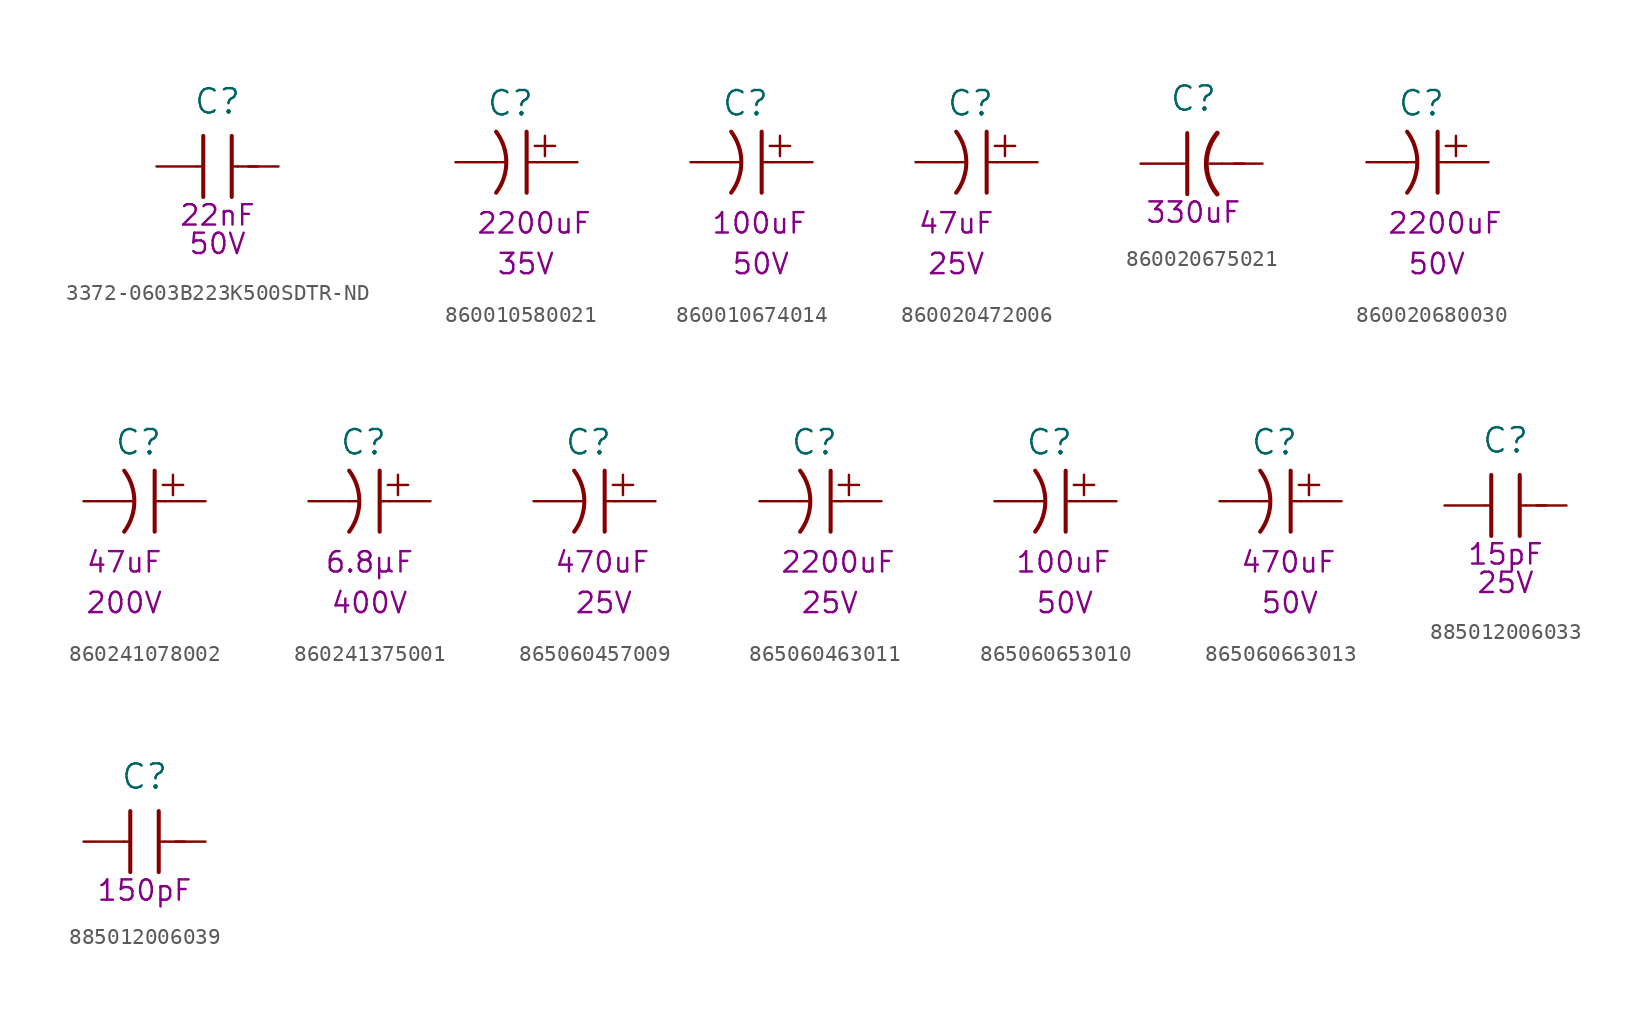
<source format=kicad_sym>
(kicad_symbol_lib
  (version 20231120)
  (generator "kicad_symbol_editor")
  (generator_version "8.0")
  (symbol "3372-0603B223K500SDTR-ND"
    (pin_numbers hide)
    (pin_names
      (offset 0) hide)
    (property "Reference" "C"
      (at -1.27 4.064 0)
      (effects (font (size 1.524 1.524))))
    (property "Capacitance (Farad)" "22nF"
      (at -1.27 -3.048 0)
      (effects (font (size 1.27 1.27))))
    (property "Voltage Rated (Volt)" "50V"
      (at -1.27 -4.826 0)
      (effects (font (size 1.27 1.27))))
    (symbol "3372-0603B223K500SDTR-ND_0_1"
      (polyline (pts (xy -2.54 0) (xy -2.286 0)) (stroke (width 0) (type default)) (fill (type none)))
      (polyline (pts (xy -2.159 1.905) (xy -2.159 -1.905)) (stroke (width 0.254) (type default)) (fill (type none)))
      (polyline (pts (xy -0.381 1.905) (xy -0.381 -1.905)) (stroke (width 0.254) (type default)) (fill (type none)))
      (polyline (pts (xy 0 0) (xy -0.254 0)) (stroke (width 0) (type default)) (fill (type none)))
      (polyline (pts (xy 0.635 0) (xy 1.27 0)) (stroke (width 0) (type default)) (fill (type none))))
    (symbol "3372-0603B223K500SDTR-ND_1_1"
      (pin passive line (at -5.08 0 0) (length 2.54) (name "1" (effects (font (size 1.27 1.27)))) (number "1" (effects (font (size 1.27 1.27)))))
      (pin passive line (at 2.54 0 180) (length 2.54) (name "2" (effects (font (size 1.27 1.27)))) (number "2" (effects (font (size 1.27 1.27)))))))
  (symbol "860010580021"
    (pin_numbers hide)
    (pin_names
      (offset 0) hide)
    (property "Reference" "C"
      (at -0.381 3.683 0)
      (effects (font (size 1.524 1.524))))
    (property "Voltage Rated (Volt)" "35V"
      (at -1.27 -6.35 0)
      (effects (font (size 1.27 1.27)) (justify left)))
    (property "Capacitance (Farad)" "2200uF"
      (at -2.54 -3.81 0)
      (effects (font (size 1.27 1.27)) (justify left)))
    (symbol "860010580021_0_1"
      (arc (start -1.27 -1.905) (mid -0.635 0) (end -1.27 1.905) (stroke (width 0.254) (type default)) (fill (type none)))
      (polyline (pts (xy -1.27 0) (xy -0.635 0)) (stroke (width 0) (type default)) (fill (type none)))
      (polyline (pts (xy 0.635 1.905) (xy 0.635 -1.905)) (stroke (width 0.254) (type default)) (fill (type none)))
      (polyline (pts (xy 1.143 1.016) (xy 2.413 1.016)) (stroke (width 0) (type default)) (fill (type none)))
      (polyline (pts (xy 1.27 0) (xy 0.635 0)) (stroke (width 0) (type default)) (fill (type none)))
      (polyline (pts (xy 1.778 0.381) (xy 1.778 1.651)) (stroke (width 0) (type default)) (fill (type none))))
    (symbol "860010580021_1_1"
      (pin passive line (at 3.81 0 180) (length 2.54) (name "Positif" (effects (font (size 1.27 1.27)))) (number "1" (effects (font (size 1.27 1.27)))))
      (pin passive line (at -3.81 0 0) (length 2.54) (name "Negatif" (effects (font (size 1.27 1.27)))) (number "2" (effects (font (size 1.27 1.27)))))))
  (symbol "860010674014"
    (pin_numbers hide)
    (pin_names
      (offset 0) hide)
    (property "Reference" "C"
      (at -0.381 3.683 0)
      (effects (font (size 1.524 1.524))))
    (property "Voltage Rated (Volt)" "50V"
      (at -1.27 -6.35 0)
      (effects (font (size 1.27 1.27)) (justify left)))
    (property "Capacitance (Farad)" "100uF"
      (at -2.54 -3.81 0)
      (effects (font (size 1.27 1.27)) (justify left)))
    (symbol "860010674014_0_1"
      (arc (start -1.27 -1.905) (mid -0.635 0) (end -1.27 1.905) (stroke (width 0.254) (type default)) (fill (type none)))
      (polyline (pts (xy -1.27 0) (xy -0.635 0)) (stroke (width 0) (type default)) (fill (type none)))
      (polyline (pts (xy 0.635 1.905) (xy 0.635 -1.905)) (stroke (width 0.254) (type default)) (fill (type none)))
      (polyline (pts (xy 1.143 1.016) (xy 2.413 1.016)) (stroke (width 0) (type default)) (fill (type none)))
      (polyline (pts (xy 1.27 0) (xy 0.635 0)) (stroke (width 0) (type default)) (fill (type none)))
      (polyline (pts (xy 1.778 0.381) (xy 1.778 1.651)) (stroke (width 0) (type default)) (fill (type none))))
    (symbol "860010674014_1_1"
      (pin passive line (at 3.81 0 180) (length 2.54) (name "Positif" (effects (font (size 1.27 1.27)))) (number "1" (effects (font (size 1.27 1.27)))))
      (pin passive line (at -3.81 0 0) (length 2.54) (name "Negatif" (effects (font (size 1.27 1.27)))) (number "2" (effects (font (size 1.27 1.27)))))))
  (symbol "860020472006"
    (pin_numbers hide)
    (pin_names
      (offset 0) hide)
    (property "Reference" "C"
      (at 0.889 3.683 0)
      (effects (font (size 1.524 1.524))))
    (property "Capacitance (Farad)" "47uF"
      (at 0 -3.81 0)
      (effects (font (size 1.27 1.27))))
    (property "Voltage Rated (Volt)" "25V"
      (at 0 -6.35 0)
      (effects (font (size 1.27 1.27))))
    (symbol "860020472006_0_1"
      (arc (start 0 -1.905) (mid 0.635 0) (end 0 1.905) (stroke (width 0.254) (type default)) (fill (type none)))
      (polyline (pts (xy 0 0) (xy 0.635 0)) (stroke (width 0) (type default)) (fill (type none)))
      (polyline (pts (xy 1.905 1.905) (xy 1.905 -1.905)) (stroke (width 0.254) (type default)) (fill (type none)))
      (polyline (pts (xy 2.413 1.016) (xy 3.683 1.016)) (stroke (width 0) (type default)) (fill (type none)))
      (polyline (pts (xy 2.54 0) (xy 1.905 0)) (stroke (width 0) (type default)) (fill (type none)))
      (polyline (pts (xy 3.048 0.381) (xy 3.048 1.651)) (stroke (width 0) (type default)) (fill (type none))))
    (symbol "860020472006_1_1"
      (pin passive line (at 5.08 0 180) (length 2.54) (name "Positif" (effects (font (size 1.27 1.27)))) (number "1" (effects (font (size 1.27 1.27)))))
      (pin passive line (at -2.54 0 0) (length 2.54) (name "Negatif" (effects (font (size 1.27 1.27)))) (number "2" (effects (font (size 1.27 1.27)))))))
  (symbol "860020675021"
    (pin_numbers hide)
    (pin_names
      (offset 0) hide)
    (property "Reference" "C"
      (at -0.508 4.064 0)
      (effects (font (size 1.524 1.524))))
    (property "Capacitance (Farad)" "330uF"
      (at -0.508 -3.048 0)
      (effects (font (size 1.27 1.27))))
    (symbol "860020675021_0_1"
      (polyline (pts (xy -1.27 0) (xy -1.016 0)) (stroke (width 0) (type default)) (fill (type none)))
      (polyline (pts (xy -0.889 1.905) (xy -0.889 -1.905)) (stroke (width 0.254) (type default)) (fill (type none)))
      (polyline (pts (xy 1.27 0) (xy 0.508 0)) (stroke (width 0) (type default)) (fill (type none)))
      (polyline (pts (xy 2.032 0) (xy 2.667 0)) (stroke (width 0) (type default)) (fill (type none))))
    (symbol "860020675021_1_1"
      (arc (start 0.9815 1.905) (mid 0.2997 0) (end 0.9815 -1.905) (stroke (width 0.3) (type default)) (fill (type none)))
      (pin passive line (at -3.81 0 0) (length 2.54) (name "1" (effects (font (size 1.27 1.27)))) (number "1" (effects (font (size 1.27 1.27)))))
      (pin passive line (at 3.81 0 180) (length 2.54) (name "2" (effects (font (size 1.27 1.27)))) (number "2" (effects (font (size 1.27 1.27)))))))
  (symbol "860020680030"
    (pin_numbers hide)
    (pin_names
      (offset 0) hide)
    (property "Reference" "C"
      (at -0.381 3.683 0)
      (effects (font (size 1.524 1.524))))
    (property "Voltage Rated (Volt)" "50V"
      (at -1.27 -6.35 0)
      (effects (font (size 1.27 1.27)) (justify left)))
    (property "Capacitance (Farad)" "2200uF"
      (at -2.54 -3.81 0)
      (effects (font (size 1.27 1.27)) (justify left)))
    (symbol "860020680030_0_1"
      (arc (start -1.27 -1.905) (mid -0.635 0) (end -1.27 1.905) (stroke (width 0.254) (type default)) (fill (type none)))
      (polyline (pts (xy -1.27 0) (xy -0.635 0)) (stroke (width 0) (type default)) (fill (type none)))
      (polyline (pts (xy 0.635 1.905) (xy 0.635 -1.905)) (stroke (width 0.254) (type default)) (fill (type none)))
      (polyline (pts (xy 1.143 1.016) (xy 2.413 1.016)) (stroke (width 0) (type default)) (fill (type none)))
      (polyline (pts (xy 1.27 0) (xy 0.635 0)) (stroke (width 0) (type default)) (fill (type none)))
      (polyline (pts (xy 1.778 0.381) (xy 1.778 1.651)) (stroke (width 0) (type default)) (fill (type none))))
    (symbol "860020680030_1_1"
      (pin passive line (at 3.81 0 180) (length 2.54) (name "Positif" (effects (font (size 1.27 1.27)))) (number "1" (effects (font (size 1.27 1.27)))))
      (pin passive line (at -3.81 0 0) (length 2.54) (name "Negatif" (effects (font (size 1.27 1.27)))) (number "2" (effects (font (size 1.27 1.27)))))))
  (symbol "860241078002"
    (pin_numbers hide)
    (pin_names
      (offset 0) hide)
    (property "Reference" "C"
      (at 0.889 3.683 0)
      (effects (font (size 1.524 1.524))))
    (property "Capacitance (Farad)" "47uF"
      (at 0 -3.81 0)
      (effects (font (size 1.27 1.27))))
    (property "Voltage Rated (Volt)" "200V"
      (at 0 -6.35 0)
      (effects (font (size 1.27 1.27))))
    (property "Sim.Params" "c=47u"
      (at 0 0 0)
      (effects (font (size 1.27 1.27)) (hide yes)))
    (symbol "860241078002_0_1"
      (arc (start 0 -1.905) (mid 0.635 0) (end 0 1.905) (stroke (width 0.254) (type default)) (fill (type none)))
      (polyline (pts (xy 0 0) (xy 0.635 0)) (stroke (width 0) (type default)) (fill (type none)))
      (polyline (pts (xy 1.905 1.905) (xy 1.905 -1.905)) (stroke (width 0.254) (type default)) (fill (type none)))
      (polyline (pts (xy 2.413 1.016) (xy 3.683 1.016)) (stroke (width 0) (type default)) (fill (type none)))
      (polyline (pts (xy 2.54 0) (xy 1.905 0)) (stroke (width 0) (type default)) (fill (type none)))
      (polyline (pts (xy 3.048 0.381) (xy 3.048 1.651)) (stroke (width 0) (type default)) (fill (type none))))
    (symbol "860241078002_1_1"
      (pin passive line (at 5.08 0 180) (length 2.54) (name "Positif" (effects (font (size 1.27 1.27)))) (number "1" (effects (font (size 1.27 1.27)))))
      (pin passive line (at -2.54 0 0) (length 2.54) (name "Negatif" (effects (font (size 1.27 1.27)))) (number "2" (effects (font (size 1.27 1.27)))))))
  (symbol "860241375001"
    (pin_numbers hide)
    (pin_names
      (offset 0) hide)
    (property "Reference" "C"
      (at 0.889 3.683 0)
      (effects (font (size 1.524 1.524))))
    (property "Capacitance (Farad)" "6.8µF"
      (at 1.27 -3.81 0)
      (effects (font (size 1.27 1.27))))
    (property "Voltage Rated (Volt)" "400V"
      (at 1.27 -6.35 0)
      (effects (font (size 1.27 1.27))))
    (symbol "860241375001_0_1"
      (arc (start 0 -1.905) (mid 0.635 0) (end 0 1.905) (stroke (width 0.254) (type default)) (fill (type none)))
      (polyline (pts (xy 0 0) (xy 0.635 0)) (stroke (width 0) (type default)) (fill (type none)))
      (polyline (pts (xy 1.905 1.905) (xy 1.905 -1.905)) (stroke (width 0.254) (type default)) (fill (type none)))
      (polyline (pts (xy 2.413 1.016) (xy 3.683 1.016)) (stroke (width 0) (type default)) (fill (type none)))
      (polyline (pts (xy 2.54 0) (xy 1.905 0)) (stroke (width 0) (type default)) (fill (type none)))
      (polyline (pts (xy 3.048 0.381) (xy 3.048 1.651)) (stroke (width 0) (type default)) (fill (type none))))
    (symbol "860241375001_1_1"
      (pin passive line (at 5.08 0 180) (length 2.54) (name "Positif" (effects (font (size 1.27 1.27)))) (number "1" (effects (font (size 1.27 1.27)))))
      (pin passive line (at -2.54 0 0) (length 2.54) (name "Negatif" (effects (font (size 1.27 1.27)))) (number "2" (effects (font (size 1.27 1.27)))))))
  (symbol "865060457009"
    (pin_numbers hide)
    (pin_names
      (offset 0) hide)
    (property "Reference" "C"
      (at -0.381 3.683 0)
      (effects (font (size 1.524 1.524))))
    (property "Capacitance (Farad)" "470uF"
      (at -2.54 -3.81 0)
      (effects (font (size 1.27 1.27)) (justify left)))
    (property "Voltage Rated (Volt)" "25V"
      (at -1.27 -6.35 0)
      (effects (font (size 1.27 1.27)) (justify left)))
    (symbol "865060457009_0_1"
      (arc (start -1.27 -1.905) (mid -0.635 0) (end -1.27 1.905) (stroke (width 0.254) (type default)) (fill (type none)))
      (polyline (pts (xy -1.27 0) (xy -0.635 0)) (stroke (width 0) (type default)) (fill (type none)))
      (polyline (pts (xy 0.635 1.905) (xy 0.635 -1.905)) (stroke (width 0.254) (type default)) (fill (type none)))
      (polyline (pts (xy 1.143 1.016) (xy 2.413 1.016)) (stroke (width 0) (type default)) (fill (type none)))
      (polyline (pts (xy 1.27 0) (xy 0.635 0)) (stroke (width 0) (type default)) (fill (type none)))
      (polyline (pts (xy 1.778 0.381) (xy 1.778 1.651)) (stroke (width 0) (type default)) (fill (type none))))
    (symbol "865060457009_1_1"
      (pin passive line (at 3.81 0 180) (length 2.54) (name "Positif" (effects (font (size 1.27 1.27)))) (number "1" (effects (font (size 1.27 1.27)))))
      (pin passive line (at -3.81 0 0) (length 2.54) (name "Negatif" (effects (font (size 1.27 1.27)))) (number "2" (effects (font (size 1.27 1.27)))))))
  (symbol "865060463011"
    (pin_numbers hide)
    (pin_names
      (offset 0) hide)
    (property "Reference" "C"
      (at -0.381 3.683 0)
      (effects (font (size 1.524 1.524))))
    (property "Voltage Rated (Volt)" "25V"
      (at -1.27 -6.35 0)
      (effects (font (size 1.27 1.27)) (justify left)))
    (property "Capacitance (Farad)" "2200uF"
      (at -2.54 -3.81 0)
      (effects (font (size 1.27 1.27)) (justify left)))
    (symbol "865060463011_0_1"
      (arc (start -1.27 -1.905) (mid -0.635 0) (end -1.27 1.905) (stroke (width 0.254) (type default)) (fill (type none)))
      (polyline (pts (xy -1.27 0) (xy -0.635 0)) (stroke (width 0) (type default)) (fill (type none)))
      (polyline (pts (xy 0.635 1.905) (xy 0.635 -1.905)) (stroke (width 0.254) (type default)) (fill (type none)))
      (polyline (pts (xy 1.143 1.016) (xy 2.413 1.016)) (stroke (width 0) (type default)) (fill (type none)))
      (polyline (pts (xy 1.27 0) (xy 0.635 0)) (stroke (width 0) (type default)) (fill (type none)))
      (polyline (pts (xy 1.778 0.381) (xy 1.778 1.651)) (stroke (width 0) (type default)) (fill (type none))))
    (symbol "865060463011_1_1"
      (pin passive line (at 3.81 0 180) (length 2.54) (name "Positif" (effects (font (size 1.27 1.27)))) (number "1" (effects (font (size 1.27 1.27)))))
      (pin passive line (at -3.81 0 0) (length 2.54) (name "Negatif" (effects (font (size 1.27 1.27)))) (number "2" (effects (font (size 1.27 1.27)))))))
  (symbol "865060653010"
    (pin_numbers hide)
    (pin_names
      (offset 0) hide)
    (property "Reference" "C"
      (at -0.381 3.683 0)
      (effects (font (size 1.524 1.524))))
    (property "Voltage Rated (Volt)" "50V"
      (at -1.27 -6.35 0)
      (effects (font (size 1.27 1.27)) (justify left)))
    (property "Capacitance (Farad)" "100uF"
      (at -2.54 -3.81 0)
      (effects (font (size 1.27 1.27)) (justify left)))
    (symbol "865060653010_0_1"
      (arc (start -1.27 -1.905) (mid -0.635 0) (end -1.27 1.905) (stroke (width 0.254) (type default)) (fill (type none)))
      (polyline (pts (xy -1.27 0) (xy -0.635 0)) (stroke (width 0) (type default)) (fill (type none)))
      (polyline (pts (xy 0.635 1.905) (xy 0.635 -1.905)) (stroke (width 0.254) (type default)) (fill (type none)))
      (polyline (pts (xy 1.143 1.016) (xy 2.413 1.016)) (stroke (width 0) (type default)) (fill (type none)))
      (polyline (pts (xy 1.27 0) (xy 0.635 0)) (stroke (width 0) (type default)) (fill (type none)))
      (polyline (pts (xy 1.778 0.381) (xy 1.778 1.651)) (stroke (width 0) (type default)) (fill (type none))))
    (symbol "865060653010_1_1"
      (pin passive line (at 3.81 0 180) (length 2.54) (name "Positif" (effects (font (size 1.27 1.27)))) (number "1" (effects (font (size 1.27 1.27)))))
      (pin passive line (at -3.81 0 0) (length 2.54) (name "Negatif" (effects (font (size 1.27 1.27)))) (number "2" (effects (font (size 1.27 1.27)))))))
  (symbol "865060663013"
    (pin_numbers hide)
    (pin_names
      (offset 0) hide)
    (property "Reference" "C"
      (at -0.381 3.683 0)
      (effects (font (size 1.524 1.524))))
    (property "Capacitance (Farad)" "470uF"
      (at -2.54 -3.81 0)
      (effects (font (size 1.27 1.27)) (justify left)))
    (property "Voltage Rated (Volt)" "50V"
      (at -1.27 -6.35 0)
      (effects (font (size 1.27 1.27)) (justify left)))
    (symbol "865060663013_0_1"
      (arc (start -1.27 -1.905) (mid -0.635 0) (end -1.27 1.905) (stroke (width 0.254) (type default)) (fill (type none)))
      (polyline (pts (xy -1.27 0) (xy -0.635 0)) (stroke (width 0) (type default)) (fill (type none)))
      (polyline (pts (xy 0.635 1.905) (xy 0.635 -1.905)) (stroke (width 0.254) (type default)) (fill (type none)))
      (polyline (pts (xy 1.143 1.016) (xy 2.413 1.016)) (stroke (width 0) (type default)) (fill (type none)))
      (polyline (pts (xy 1.27 0) (xy 0.635 0)) (stroke (width 0) (type default)) (fill (type none)))
      (polyline (pts (xy 1.778 0.381) (xy 1.778 1.651)) (stroke (width 0) (type default)) (fill (type none))))
    (symbol "865060663013_1_1"
      (pin passive line (at 3.81 0 180) (length 2.54) (name "Positif" (effects (font (size 1.27 1.27)))) (number "1" (effects (font (size 1.27 1.27)))))
      (pin passive line (at -3.81 0 0) (length 2.54) (name "Negatif" (effects (font (size 1.27 1.27)))) (number "2" (effects (font (size 1.27 1.27)))))))
  (symbol "885012006033"
    (pin_numbers hide)
    (pin_names
      (offset 0) hide)
    (property "Reference" "C"
      (at -1.27 4.064 0)
      (effects (font (size 1.524 1.524))))
    (property "Capacitance (Farad)" "15pF"
      (at -1.27 -3.048 0)
      (effects (font (size 1.27 1.27))))
    (property "Voltage Rated (Volt)" "25V"
      (at -1.27 -4.826 0)
      (effects (font (size 1.27 1.27))))
    (symbol "885012006033_0_1"
      (polyline (pts (xy -2.54 0) (xy -2.286 0)) (stroke (width 0) (type default)) (fill (type none)))
      (polyline (pts (xy -2.159 1.905) (xy -2.159 -1.905)) (stroke (width 0.254) (type default)) (fill (type none)))
      (polyline (pts (xy -0.381 1.905) (xy -0.381 -1.905)) (stroke (width 0.254) (type default)) (fill (type none)))
      (polyline (pts (xy 0 0) (xy -0.254 0)) (stroke (width 0) (type default)) (fill (type none)))
      (polyline (pts (xy 0.635 0) (xy 1.27 0)) (stroke (width 0) (type default)) (fill (type none))))
    (symbol "885012006033_1_1"
      (pin passive line (at -5.08 0 0) (length 2.54) (name "1" (effects (font (size 1.27 1.27)))) (number "1" (effects (font (size 1.27 1.27)))))
      (pin passive line (at 2.54 0 180) (length 2.54) (name "2" (effects (font (size 1.27 1.27)))) (number "2" (effects (font (size 1.27 1.27)))))))
  (symbol "885012006039"
    (pin_numbers hide)
    (pin_names
      (offset 0) hide)
    (property "Reference" "C"
      (at -1.27 4.064 0)
      (effects (font (size 1.524 1.524))))
    (property "Capacitance (Farad)" "150pF"
      (at -1.27 -3.048 0)
      (effects (font (size 1.27 1.27))))
    (symbol "885012006039_0_1"
      (polyline (pts (xy -2.54 0) (xy -2.286 0)) (stroke (width 0) (type default)) (fill (type none)))
      (polyline (pts (xy -2.159 1.905) (xy -2.159 -1.905)) (stroke (width 0.254) (type default)) (fill (type none)))
      (polyline (pts (xy -0.381 1.905) (xy -0.381 -1.905)) (stroke (width 0.254) (type default)) (fill (type none)))
      (polyline (pts (xy 0 0) (xy -0.254 0)) (stroke (width 0) (type default)) (fill (type none)))
      (polyline (pts (xy 0.635 0) (xy 1.27 0)) (stroke (width 0) (type default)) (fill (type none))))
    (symbol "885012006039_1_1"
      (pin passive line (at -5.08 0 0) (length 2.54) (name "1" (effects (font (size 1.27 1.27)))) (number "1" (effects (font (size 1.27 1.27)))))
      (pin passive line (at 2.54 0 180) (length 2.54) (name "2" (effects (font (size 1.27 1.27)))) (number "2" (effects (font (size 1.27 1.27))))))))
</source>
